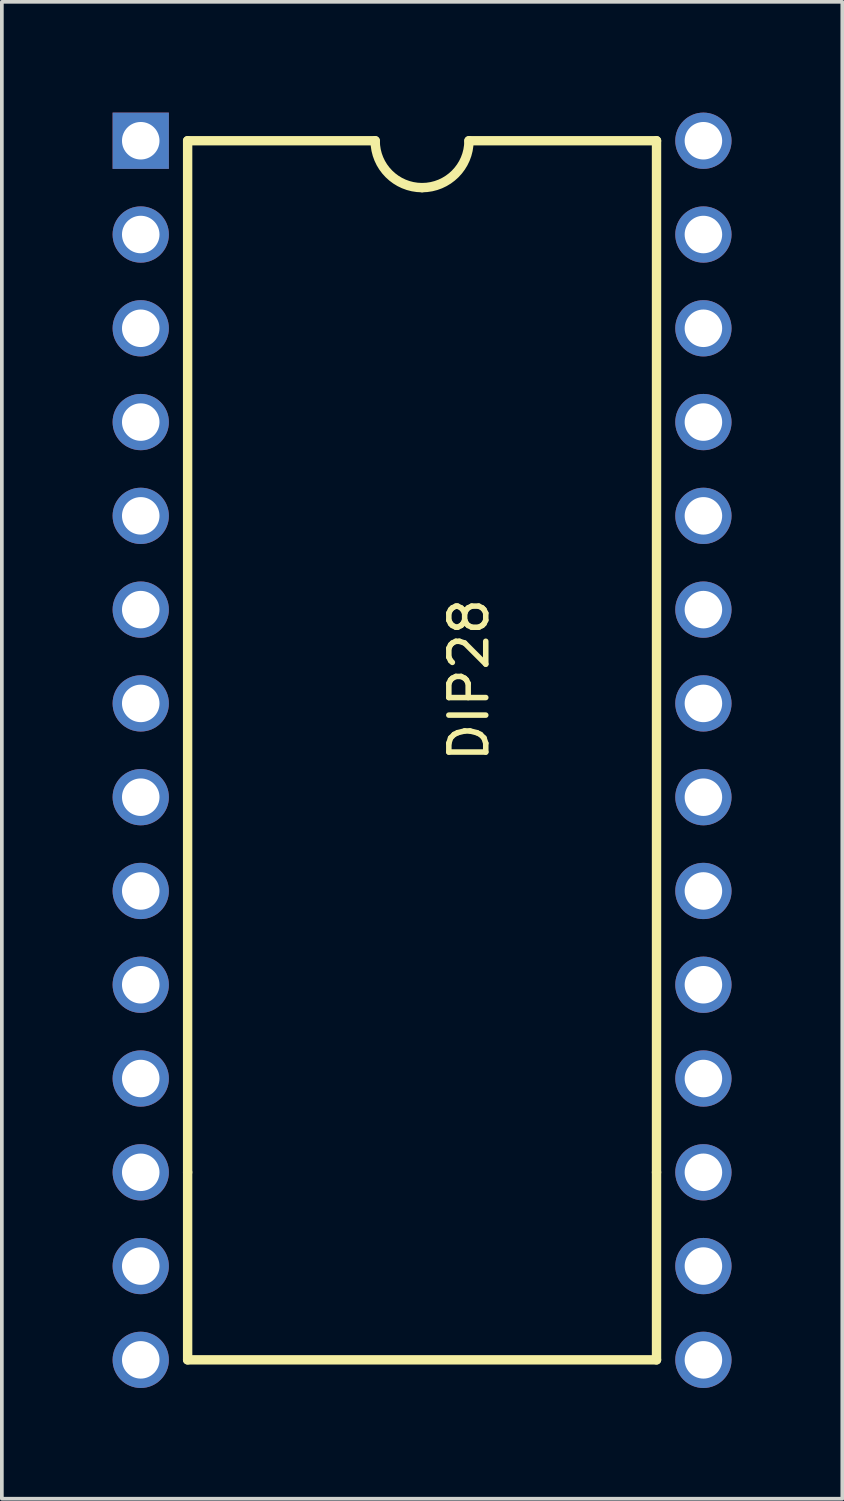
<source format=kicad_pcb>
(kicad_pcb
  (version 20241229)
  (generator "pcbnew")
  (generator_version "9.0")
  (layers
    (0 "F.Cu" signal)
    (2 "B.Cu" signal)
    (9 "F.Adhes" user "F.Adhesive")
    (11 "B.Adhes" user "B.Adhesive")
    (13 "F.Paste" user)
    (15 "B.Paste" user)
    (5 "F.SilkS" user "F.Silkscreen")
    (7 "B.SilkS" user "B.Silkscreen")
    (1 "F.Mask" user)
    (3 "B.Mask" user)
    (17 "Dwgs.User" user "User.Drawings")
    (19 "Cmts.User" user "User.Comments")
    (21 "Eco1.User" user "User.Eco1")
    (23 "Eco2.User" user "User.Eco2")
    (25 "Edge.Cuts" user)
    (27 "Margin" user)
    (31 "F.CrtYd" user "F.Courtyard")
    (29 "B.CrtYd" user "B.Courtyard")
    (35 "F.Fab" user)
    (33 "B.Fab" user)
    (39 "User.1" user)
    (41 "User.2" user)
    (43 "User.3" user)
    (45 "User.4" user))
  (footprint "DIP28"
    (layer "F.Cu")
    (at 9.017 17.272)
    (property "Reference" "DIP28" (at 0.635 -1.905 90) (layer "F.SilkS") (effects (font (size 1 1) (thickness 0.15))))
    (attr through_hole)
    (fp_line (start -6.985 -16.51) (end -6.985 11.43) (stroke (width 0.254) (type solid)) (layer "F.SilkS"))
    (fp_line (start -6.985 -16.51) (end -1.905 -16.51) (stroke (width 0.254) (type solid)) (layer "F.SilkS"))
    (fp_line (start -6.985 11.43) (end -6.985 16.51) (stroke (width 0.254) (type solid)) (layer "F.SilkS"))
    (fp_line (start -6.985 16.51) (end 5.715 16.51) (stroke (width 0.254) (type solid)) (layer "F.SilkS"))
    (fp_line (start 5.715 -16.51) (end 0.635 -16.51) (stroke (width 0.254) (type solid)) (layer "F.SilkS"))
    (fp_line (start 5.715 11.43) (end 5.715 -16.51) (stroke (width 0.254) (type solid)) (layer "F.SilkS"))
    (fp_line (start 5.715 11.43) (end 5.715 16.51) (stroke (width 0.254) (type solid)) (layer "F.SilkS"))
    (fp_arc (start -0.635 -15.24) (mid -1.533026 -15.611974) (end -1.905 -16.51) (stroke (width 0.254) (type solid)) (layer "F.SilkS"))
    (fp_arc (start 0.635 -16.51) (mid 0.263026 -15.611974) (end -0.635 -15.24) (stroke (width 0.254) (type solid)) (layer "F.SilkS"))
    (pad "1" thru_hole rect (at -8.255 -16.51) (size 1.524 1.524) (drill 1.016) (layers "*.Cu" "*.Mask"))
    (pad "2" thru_hole circle (at -8.255 -13.97) (size 1.524 1.524) (drill 1.016) (layers "*.Cu" "*.Mask"))
    (pad "3" thru_hole circle (at -8.255 -11.43) (size 1.524 1.524) (drill 1.016) (layers "*.Cu" "*.Mask"))
    (pad "4" thru_hole circle (at -8.255 -8.89) (size 1.524 1.524) (drill 1.016) (layers "*.Cu" "*.Mask"))
    (pad "5" thru_hole circle (at -8.255 -6.35) (size 1.524 1.524) (drill 1.016) (layers "*.Cu" "*.Mask"))
    (pad "6" thru_hole circle (at -8.255 -3.81) (size 1.524 1.524) (drill 1.016) (layers "*.Cu" "*.Mask"))
    (pad "7" thru_hole circle (at -8.255 -1.27) (size 1.524 1.524) (drill 1.016) (layers "*.Cu" "*.Mask"))
    (pad "8" thru_hole circle (at -8.255 1.27) (size 1.524 1.524) (drill 1.016) (layers "*.Cu" "*.Mask"))
    (pad "9" thru_hole circle (at -8.255 3.81) (size 1.524 1.524) (drill 1.016) (layers "*.Cu" "*.Mask"))
    (pad "10" thru_hole circle (at -8.255 6.35) (size 1.524 1.524) (drill 1.016) (layers "*.Cu" "*.Mask"))
    (pad "11" thru_hole circle (at -8.255 8.89) (size 1.524 1.524) (drill 1.016) (layers "*.Cu" "*.Mask"))
    (pad "12" thru_hole circle (at -8.255 11.43) (size 1.524 1.524) (drill 1.016) (layers "*.Cu" "*.Mask"))
    (pad "13" thru_hole circle (at -8.255 13.97) (size 1.524 1.524) (drill 1.016) (layers "*.Cu" "*.Mask"))
    (pad "14" thru_hole circle (at -8.255 16.51) (size 1.524 1.524) (drill 1.016) (layers "*.Cu" "*.Mask"))
    (pad "15" thru_hole circle (at 6.985 16.51) (size 1.524 1.524) (drill 1.016) (layers "*.Cu" "*.Mask"))
    (pad "16" thru_hole circle (at 6.985 13.97) (size 1.524 1.524) (drill 1.016) (layers "*.Cu" "*.Mask"))
    (pad "17" thru_hole circle (at 6.985 11.43) (size 1.524 1.524) (drill 1.016) (layers "*.Cu" "*.Mask"))
    (pad "18" thru_hole circle (at 6.985 8.89) (size 1.524 1.524) (drill 1.016) (layers "*.Cu" "*.Mask"))
    (pad "19" thru_hole circle (at 6.985 6.35) (size 1.524 1.524) (drill 1.016) (layers "*.Cu" "*.Mask"))
    (pad "20" thru_hole circle (at 6.985 3.81) (size 1.524 1.524) (drill 1.016) (layers "*.Cu" "*.Mask"))
    (pad "21" thru_hole circle (at 6.985 1.27) (size 1.524 1.524) (drill 1.016) (layers "*.Cu" "*.Mask"))
    (pad "22" thru_hole circle (at 6.985 -1.27) (size 1.524 1.524) (drill 1.016) (layers "*.Cu" "*.Mask"))
    (pad "23" thru_hole circle (at 6.985 -3.81) (size 1.524 1.524) (drill 1.016) (layers "*.Cu" "*.Mask"))
    (pad "24" thru_hole circle (at 6.985 -6.35) (size 1.524 1.524) (drill 1.016) (layers "*.Cu" "*.Mask"))
    (pad "25" thru_hole circle (at 6.985 -8.89) (size 1.524 1.524) (drill 1.016) (layers "*.Cu" "*.Mask"))
    (pad "26" thru_hole circle (at 6.985 -11.43) (size 1.524 1.524) (drill 1.016) (layers "*.Cu" "*.Mask"))
    (pad "27" thru_hole circle (at 6.985 -13.97) (size 1.524 1.524) (drill 1.016) (layers "*.Cu" "*.Mask"))
    (pad "28" thru_hole circle (at 6.985 -16.51) (size 1.524 1.524) (drill 1.016) (layers "*.Cu" "*.Mask")))
  (gr_rect
    (start -3 -3)
    (end 19.764 37.544)
    (stroke (width 0.1) (type default))
    (fill no)
    (layer "Edge.Cuts")))
</source>
